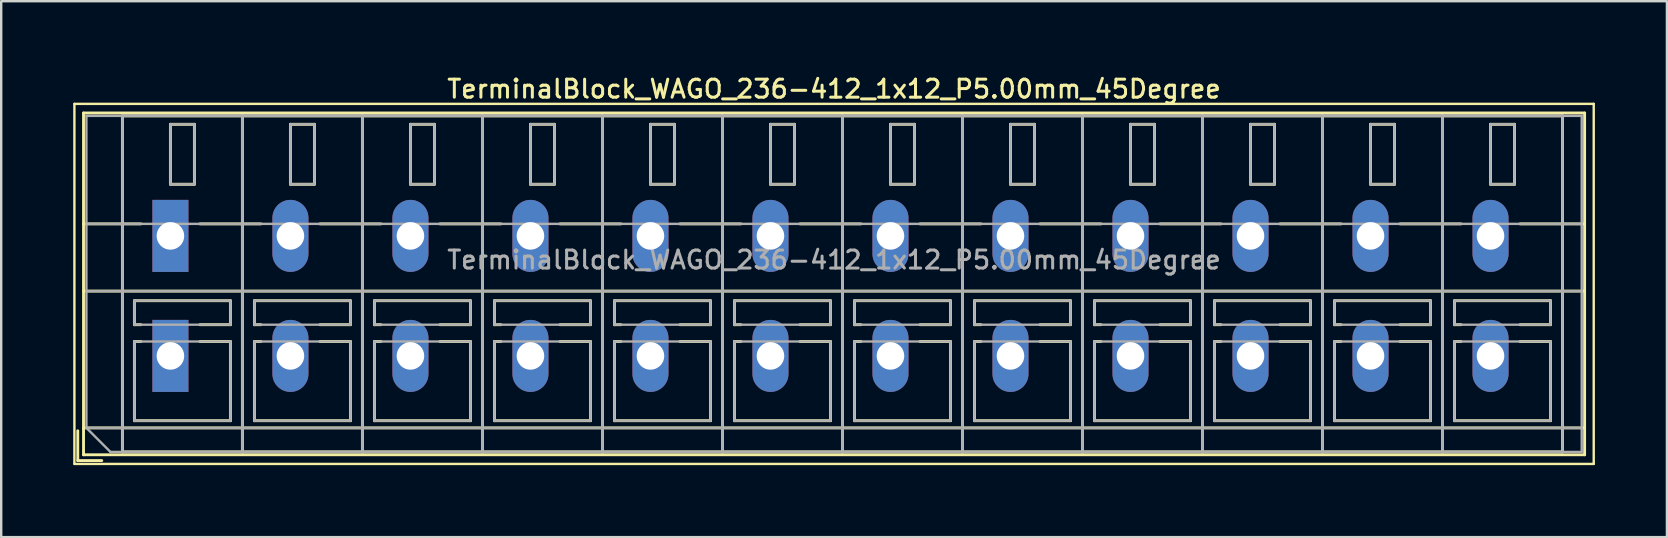
<source format=kicad_pcb>
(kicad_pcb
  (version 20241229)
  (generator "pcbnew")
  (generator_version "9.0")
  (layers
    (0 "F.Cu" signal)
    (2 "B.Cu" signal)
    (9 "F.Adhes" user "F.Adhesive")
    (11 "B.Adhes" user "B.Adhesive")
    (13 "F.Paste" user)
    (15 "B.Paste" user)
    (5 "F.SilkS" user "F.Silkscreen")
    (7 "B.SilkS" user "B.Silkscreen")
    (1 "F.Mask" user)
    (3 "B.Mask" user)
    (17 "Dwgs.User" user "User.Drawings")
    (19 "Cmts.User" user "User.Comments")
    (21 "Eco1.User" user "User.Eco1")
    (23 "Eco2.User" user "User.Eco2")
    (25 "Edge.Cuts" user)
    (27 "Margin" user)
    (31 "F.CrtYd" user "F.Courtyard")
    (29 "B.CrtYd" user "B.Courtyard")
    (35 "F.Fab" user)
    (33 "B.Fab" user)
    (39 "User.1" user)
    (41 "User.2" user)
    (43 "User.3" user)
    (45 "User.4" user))
  (footprint "TerminalBlock_WAGO_236-412_1x12_P5.00mm_45Degree"
    (layer "F.Cu")
    (at 4.05 6.778)
    (property "Reference" "TerminalBlock_WAGO_236-412_1x12_P5.00mm_45Degree" (at 27.65 -6.12 0) (layer "F.SilkS") (effects (font (size 0.75 0.75) (thickness 0.125))))
    (attr through_hole)
    (fp_line (start -4 -5.5) (end -4 9.5) (stroke (width 0.1) (type solid)) (layer "F.SilkS"))
    (fp_line (start -4 9.5) (end 59.3 9.5) (stroke (width 0.1) (type solid)) (layer "F.SilkS"))
    (fp_line (start -3.86 8.12) (end -3.86 9.36) (stroke (width 0.12) (type solid)) (layer "F.SilkS"))
    (fp_line (start -3.86 9.36) (end -2.86 9.36) (stroke (width 0.12) (type solid)) (layer "F.SilkS"))
    (fp_line (start -3.62 -5.12) (end -3.62 9.12) (stroke (width 0.12) (type solid)) (layer "F.SilkS"))
    (fp_line (start -3.62 -5.12) (end 58.92 -5.12) (stroke (width 0.12) (type solid)) (layer "F.SilkS"))
    (fp_line (start -3.62 -0.5) (end -1.23 -0.5) (stroke (width 0.12) (type solid)) (layer "F.SilkS"))
    (fp_line (start -3.62 2.3) (end 58.92 2.3) (stroke (width 0.12) (type solid)) (layer "F.SilkS"))
    (fp_line (start -3.62 8) (end 58.92 8) (stroke (width 0.12) (type solid)) (layer "F.SilkS"))
    (fp_line (start -3.62 9.12) (end 58.92 9.12) (stroke (width 0.12) (type solid)) (layer "F.SilkS"))
    (fp_line (start -2 -5) (end -2 9) (stroke (width 0.12) (type solid)) (layer "F.SilkS"))
    (fp_line (start -2 -5) (end 3 -5) (stroke (width 0.12) (type solid)) (layer "F.SilkS"))
    (fp_line (start -2 9) (end 3 9) (stroke (width 0.12) (type solid)) (layer "F.SilkS"))
    (fp_line (start -1.5 2.7) (end -1.5 3.7) (stroke (width 0.12) (type solid)) (layer "F.SilkS"))
    (fp_line (start -1.5 2.7) (end 2.5 2.7) (stroke (width 0.12) (type solid)) (layer "F.SilkS"))
    (fp_line (start -1.5 3.7) (end -1.23 3.7) (stroke (width 0.12) (type solid)) (layer "F.SilkS"))
    (fp_line (start -1.5 4.4) (end -1.5 7.7) (stroke (width 0.12) (type solid)) (layer "F.SilkS"))
    (fp_line (start -1.5 4.4) (end -1.23 4.4) (stroke (width 0.12) (type solid)) (layer "F.SilkS"))
    (fp_line (start -1.5 7.7) (end 2.5 7.7) (stroke (width 0.12) (type solid)) (layer "F.SilkS"))
    (fp_line (start 0 -4.65) (end 0 -2.151) (stroke (width 0.12) (type solid)) (layer "F.SilkS"))
    (fp_line (start 0 -4.65) (end 1 -4.65) (stroke (width 0.12) (type solid)) (layer "F.SilkS"))
    (fp_line (start 0 -2.151) (end 1 -2.151) (stroke (width 0.12) (type solid)) (layer "F.SilkS"))
    (fp_line (start 1 -4.65) (end 1 -2.151) (stroke (width 0.12) (type solid)) (layer "F.SilkS"))
    (fp_line (start 1.23 -0.5) (end 3.77 -0.5) (stroke (width 0.12) (type solid)) (layer "F.SilkS"))
    (fp_line (start 1.23 3.7) (end 2.5 3.7) (stroke (width 0.12) (type solid)) (layer "F.SilkS"))
    (fp_line (start 1.23 4.4) (end 2.5 4.4) (stroke (width 0.12) (type solid)) (layer "F.SilkS"))
    (fp_line (start 2.5 2.7) (end 2.5 3.7) (stroke (width 0.12) (type solid)) (layer "F.SilkS"))
    (fp_line (start 2.5 4.4) (end 2.5 7.7) (stroke (width 0.12) (type solid)) (layer "F.SilkS"))
    (fp_line (start 3 -5) (end 3 9) (stroke (width 0.12) (type solid)) (layer "F.SilkS"))
    (fp_line (start 3 -5) (end 3 9) (stroke (width 0.12) (type solid)) (layer "F.SilkS"))
    (fp_line (start 3 -5) (end 8 -5) (stroke (width 0.12) (type solid)) (layer "F.SilkS"))
    (fp_line (start 3 9) (end 8 9) (stroke (width 0.12) (type solid)) (layer "F.SilkS"))
    (fp_line (start 3.5 2.7) (end 3.5 3.7) (stroke (width 0.12) (type solid)) (layer "F.SilkS"))
    (fp_line (start 3.5 2.7) (end 7.5 2.7) (stroke (width 0.12) (type solid)) (layer "F.SilkS"))
    (fp_line (start 3.5 3.7) (end 3.77 3.7) (stroke (width 0.12) (type solid)) (layer "F.SilkS"))
    (fp_line (start 3.5 4.4) (end 3.5 7.7) (stroke (width 0.12) (type solid)) (layer "F.SilkS"))
    (fp_line (start 3.5 4.4) (end 3.77 4.4) (stroke (width 0.12) (type solid)) (layer "F.SilkS"))
    (fp_line (start 3.5 7.7) (end 7.5 7.7) (stroke (width 0.12) (type solid)) (layer "F.SilkS"))
    (fp_line (start 5 -4.65) (end 5 -2.151) (stroke (width 0.12) (type solid)) (layer "F.SilkS"))
    (fp_line (start 5 -4.65) (end 6 -4.65) (stroke (width 0.12) (type solid)) (layer "F.SilkS"))
    (fp_line (start 5 -2.151) (end 6 -2.151) (stroke (width 0.12) (type solid)) (layer "F.SilkS"))
    (fp_line (start 6 -4.65) (end 6 -2.151) (stroke (width 0.12) (type solid)) (layer "F.SilkS"))
    (fp_line (start 6.23 -0.5) (end 8.77 -0.5) (stroke (width 0.12) (type solid)) (layer "F.SilkS"))
    (fp_line (start 6.23 3.7) (end 7.5 3.7) (stroke (width 0.12) (type solid)) (layer "F.SilkS"))
    (fp_line (start 6.23 4.4) (end 7.5 4.4) (stroke (width 0.12) (type solid)) (layer "F.SilkS"))
    (fp_line (start 7.5 2.7) (end 7.5 3.7) (stroke (width 0.12) (type solid)) (layer "F.SilkS"))
    (fp_line (start 7.5 4.4) (end 7.5 7.7) (stroke (width 0.12) (type solid)) (layer "F.SilkS"))
    (fp_line (start 8 -5) (end 8 9) (stroke (width 0.12) (type solid)) (layer "F.SilkS"))
    (fp_line (start 8 -5) (end 8 9) (stroke (width 0.12) (type solid)) (layer "F.SilkS"))
    (fp_line (start 8 -5) (end 13 -5) (stroke (width 0.12) (type solid)) (layer "F.SilkS"))
    (fp_line (start 8 9) (end 13 9) (stroke (width 0.12) (type solid)) (layer "F.SilkS"))
    (fp_line (start 8.5 2.7) (end 8.5 3.7) (stroke (width 0.12) (type solid)) (layer "F.SilkS"))
    (fp_line (start 8.5 2.7) (end 12.5 2.7) (stroke (width 0.12) (type solid)) (layer "F.SilkS"))
    (fp_line (start 8.5 3.7) (end 8.77 3.7) (stroke (width 0.12) (type solid)) (layer "F.SilkS"))
    (fp_line (start 8.5 4.4) (end 8.5 7.7) (stroke (width 0.12) (type solid)) (layer "F.SilkS"))
    (fp_line (start 8.5 4.4) (end 8.77 4.4) (stroke (width 0.12) (type solid)) (layer "F.SilkS"))
    (fp_line (start 8.5 7.7) (end 12.5 7.7) (stroke (width 0.12) (type solid)) (layer "F.SilkS"))
    (fp_line (start 10 -4.65) (end 10 -2.151) (stroke (width 0.12) (type solid)) (layer "F.SilkS"))
    (fp_line (start 10 -4.65) (end 11 -4.65) (stroke (width 0.12) (type solid)) (layer "F.SilkS"))
    (fp_line (start 10 -2.151) (end 11 -2.151) (stroke (width 0.12) (type solid)) (layer "F.SilkS"))
    (fp_line (start 11 -4.65) (end 11 -2.151) (stroke (width 0.12) (type solid)) (layer "F.SilkS"))
    (fp_line (start 11.23 -0.5) (end 13.77 -0.5) (stroke (width 0.12) (type solid)) (layer "F.SilkS"))
    (fp_line (start 11.23 3.7) (end 12.5 3.7) (stroke (width 0.12) (type solid)) (layer "F.SilkS"))
    (fp_line (start 11.23 4.4) (end 12.5 4.4) (stroke (width 0.12) (type solid)) (layer "F.SilkS"))
    (fp_line (start 12.5 2.7) (end 12.5 3.7) (stroke (width 0.12) (type solid)) (layer "F.SilkS"))
    (fp_line (start 12.5 4.4) (end 12.5 7.7) (stroke (width 0.12) (type solid)) (layer "F.SilkS"))
    (fp_line (start 13 -5) (end 13 9) (stroke (width 0.12) (type solid)) (layer "F.SilkS"))
    (fp_line (start 13 -5) (end 13 9) (stroke (width 0.12) (type solid)) (layer "F.SilkS"))
    (fp_line (start 13 -5) (end 18 -5) (stroke (width 0.12) (type solid)) (layer "F.SilkS"))
    (fp_line (start 13 9) (end 18 9) (stroke (width 0.12) (type solid)) (layer "F.SilkS"))
    (fp_line (start 13.5 2.7) (end 13.5 3.7) (stroke (width 0.12) (type solid)) (layer "F.SilkS"))
    (fp_line (start 13.5 2.7) (end 17.5 2.7) (stroke (width 0.12) (type solid)) (layer "F.SilkS"))
    (fp_line (start 13.5 3.7) (end 13.77 3.7) (stroke (width 0.12) (type solid)) (layer "F.SilkS"))
    (fp_line (start 13.5 4.4) (end 13.5 7.7) (stroke (width 0.12) (type solid)) (layer "F.SilkS"))
    (fp_line (start 13.5 4.4) (end 13.77 4.4) (stroke (width 0.12) (type solid)) (layer "F.SilkS"))
    (fp_line (start 13.5 7.7) (end 17.5 7.7) (stroke (width 0.12) (type solid)) (layer "F.SilkS"))
    (fp_line (start 15 -4.65) (end 15 -2.151) (stroke (width 0.12) (type solid)) (layer "F.SilkS"))
    (fp_line (start 15 -4.65) (end 16 -4.65) (stroke (width 0.12) (type solid)) (layer "F.SilkS"))
    (fp_line (start 15 -2.151) (end 16 -2.151) (stroke (width 0.12) (type solid)) (layer "F.SilkS"))
    (fp_line (start 16 -4.65) (end 16 -2.151) (stroke (width 0.12) (type solid)) (layer "F.SilkS"))
    (fp_line (start 16.23 -0.5) (end 18.77 -0.5) (stroke (width 0.12) (type solid)) (layer "F.SilkS"))
    (fp_line (start 16.23 3.7) (end 17.5 3.7) (stroke (width 0.12) (type solid)) (layer "F.SilkS"))
    (fp_line (start 16.23 4.4) (end 17.5 4.4) (stroke (width 0.12) (type solid)) (layer "F.SilkS"))
    (fp_line (start 17.5 2.7) (end 17.5 3.7) (stroke (width 0.12) (type solid)) (layer "F.SilkS"))
    (fp_line (start 17.5 4.4) (end 17.5 7.7) (stroke (width 0.12) (type solid)) (layer "F.SilkS"))
    (fp_line (start 18 -5) (end 18 9) (stroke (width 0.12) (type solid)) (layer "F.SilkS"))
    (fp_line (start 18 -5) (end 18 9) (stroke (width 0.12) (type solid)) (layer "F.SilkS"))
    (fp_line (start 18 -5) (end 23 -5) (stroke (width 0.12) (type solid)) (layer "F.SilkS"))
    (fp_line (start 18 9) (end 23 9) (stroke (width 0.12) (type solid)) (layer "F.SilkS"))
    (fp_line (start 18.5 2.7) (end 18.5 3.7) (stroke (width 0.12) (type solid)) (layer "F.SilkS"))
    (fp_line (start 18.5 2.7) (end 22.5 2.7) (stroke (width 0.12) (type solid)) (layer "F.SilkS"))
    (fp_line (start 18.5 3.7) (end 18.77 3.7) (stroke (width 0.12) (type solid)) (layer "F.SilkS"))
    (fp_line (start 18.5 4.4) (end 18.5 7.7) (stroke (width 0.12) (type solid)) (layer "F.SilkS"))
    (fp_line (start 18.5 4.4) (end 18.77 4.4) (stroke (width 0.12) (type solid)) (layer "F.SilkS"))
    (fp_line (start 18.5 7.7) (end 22.5 7.7) (stroke (width 0.12) (type solid)) (layer "F.SilkS"))
    (fp_line (start 20 -4.65) (end 20 -2.151) (stroke (width 0.12) (type solid)) (layer "F.SilkS"))
    (fp_line (start 20 -4.65) (end 21 -4.65) (stroke (width 0.12) (type solid)) (layer "F.SilkS"))
    (fp_line (start 20 -2.151) (end 21 -2.151) (stroke (width 0.12) (type solid)) (layer "F.SilkS"))
    (fp_line (start 21 -4.65) (end 21 -2.151) (stroke (width 0.12) (type solid)) (layer "F.SilkS"))
    (fp_line (start 21.23 -0.5) (end 23.77 -0.5) (stroke (width 0.12) (type solid)) (layer "F.SilkS"))
    (fp_line (start 21.23 3.7) (end 22.5 3.7) (stroke (width 0.12) (type solid)) (layer "F.SilkS"))
    (fp_line (start 21.23 4.4) (end 22.5 4.4) (stroke (width 0.12) (type solid)) (layer "F.SilkS"))
    (fp_line (start 22.5 2.7) (end 22.5 3.7) (stroke (width 0.12) (type solid)) (layer "F.SilkS"))
    (fp_line (start 22.5 4.4) (end 22.5 7.7) (stroke (width 0.12) (type solid)) (layer "F.SilkS"))
    (fp_line (start 23 -5) (end 23 9) (stroke (width 0.12) (type solid)) (layer "F.SilkS"))
    (fp_line (start 23 -5) (end 23 9) (stroke (width 0.12) (type solid)) (layer "F.SilkS"))
    (fp_line (start 23 -5) (end 28 -5) (stroke (width 0.12) (type solid)) (layer "F.SilkS"))
    (fp_line (start 23 9) (end 28 9) (stroke (width 0.12) (type solid)) (layer "F.SilkS"))
    (fp_line (start 23.5 2.7) (end 23.5 3.7) (stroke (width 0.12) (type solid)) (layer "F.SilkS"))
    (fp_line (start 23.5 2.7) (end 27.5 2.7) (stroke (width 0.12) (type solid)) (layer "F.SilkS"))
    (fp_line (start 23.5 3.7) (end 23.77 3.7) (stroke (width 0.12) (type solid)) (layer "F.SilkS"))
    (fp_line (start 23.5 4.4) (end 23.5 7.7) (stroke (width 0.12) (type solid)) (layer "F.SilkS"))
    (fp_line (start 23.5 4.4) (end 23.77 4.4) (stroke (width 0.12) (type solid)) (layer "F.SilkS"))
    (fp_line (start 23.5 7.7) (end 27.5 7.7) (stroke (width 0.12) (type solid)) (layer "F.SilkS"))
    (fp_line (start 25 -4.65) (end 25 -2.151) (stroke (width 0.12) (type solid)) (layer "F.SilkS"))
    (fp_line (start 25 -4.65) (end 26 -4.65) (stroke (width 0.12) (type solid)) (layer "F.SilkS"))
    (fp_line (start 25 -2.151) (end 26 -2.151) (stroke (width 0.12) (type solid)) (layer "F.SilkS"))
    (fp_line (start 26 -4.65) (end 26 -2.151) (stroke (width 0.12) (type solid)) (layer "F.SilkS"))
    (fp_line (start 26.23 -0.5) (end 28.77 -0.5) (stroke (width 0.12) (type solid)) (layer "F.SilkS"))
    (fp_line (start 26.23 3.7) (end 27.5 3.7) (stroke (width 0.12) (type solid)) (layer "F.SilkS"))
    (fp_line (start 26.23 4.4) (end 27.5 4.4) (stroke (width 0.12) (type solid)) (layer "F.SilkS"))
    (fp_line (start 27.5 2.7) (end 27.5 3.7) (stroke (width 0.12) (type solid)) (layer "F.SilkS"))
    (fp_line (start 27.5 4.4) (end 27.5 7.7) (stroke (width 0.12) (type solid)) (layer "F.SilkS"))
    (fp_line (start 28 -5) (end 28 9) (stroke (width 0.12) (type solid)) (layer "F.SilkS"))
    (fp_line (start 28 -5) (end 28 9) (stroke (width 0.12) (type solid)) (layer "F.SilkS"))
    (fp_line (start 28 -5) (end 33 -5) (stroke (width 0.12) (type solid)) (layer "F.SilkS"))
    (fp_line (start 28 9) (end 33 9) (stroke (width 0.12) (type solid)) (layer "F.SilkS"))
    (fp_line (start 28.5 2.7) (end 28.5 3.7) (stroke (width 0.12) (type solid)) (layer "F.SilkS"))
    (fp_line (start 28.5 2.7) (end 32.5 2.7) (stroke (width 0.12) (type solid)) (layer "F.SilkS"))
    (fp_line (start 28.5 3.7) (end 28.77 3.7) (stroke (width 0.12) (type solid)) (layer "F.SilkS"))
    (fp_line (start 28.5 4.4) (end 28.5 7.7) (stroke (width 0.12) (type solid)) (layer "F.SilkS"))
    (fp_line (start 28.5 4.4) (end 28.77 4.4) (stroke (width 0.12) (type solid)) (layer "F.SilkS"))
    (fp_line (start 28.5 7.7) (end 32.5 7.7) (stroke (width 0.12) (type solid)) (layer "F.SilkS"))
    (fp_line (start 30 -4.65) (end 30 -2.151) (stroke (width 0.12) (type solid)) (layer "F.SilkS"))
    (fp_line (start 30 -4.65) (end 31 -4.65) (stroke (width 0.12) (type solid)) (layer "F.SilkS"))
    (fp_line (start 30 -2.151) (end 31 -2.151) (stroke (width 0.12) (type solid)) (layer "F.SilkS"))
    (fp_line (start 31 -4.65) (end 31 -2.151) (stroke (width 0.12) (type solid)) (layer "F.SilkS"))
    (fp_line (start 31.23 -0.5) (end 33.77 -0.5) (stroke (width 0.12) (type solid)) (layer "F.SilkS"))
    (fp_line (start 31.23 3.7) (end 32.5 3.7) (stroke (width 0.12) (type solid)) (layer "F.SilkS"))
    (fp_line (start 31.23 4.4) (end 32.5 4.4) (stroke (width 0.12) (type solid)) (layer "F.SilkS"))
    (fp_line (start 32.5 2.7) (end 32.5 3.7) (stroke (width 0.12) (type solid)) (layer "F.SilkS"))
    (fp_line (start 32.5 4.4) (end 32.5 7.7) (stroke (width 0.12) (type solid)) (layer "F.SilkS"))
    (fp_line (start 33 -5) (end 33 9) (stroke (width 0.12) (type solid)) (layer "F.SilkS"))
    (fp_line (start 33 -5) (end 33 9) (stroke (width 0.12) (type solid)) (layer "F.SilkS"))
    (fp_line (start 33 -5) (end 38 -5) (stroke (width 0.12) (type solid)) (layer "F.SilkS"))
    (fp_line (start 33 9) (end 38 9) (stroke (width 0.12) (type solid)) (layer "F.SilkS"))
    (fp_line (start 33.5 2.7) (end 33.5 3.7) (stroke (width 0.12) (type solid)) (layer "F.SilkS"))
    (fp_line (start 33.5 2.7) (end 37.5 2.7) (stroke (width 0.12) (type solid)) (layer "F.SilkS"))
    (fp_line (start 33.5 3.7) (end 33.77 3.7) (stroke (width 0.12) (type solid)) (layer "F.SilkS"))
    (fp_line (start 33.5 4.4) (end 33.5 7.7) (stroke (width 0.12) (type solid)) (layer "F.SilkS"))
    (fp_line (start 33.5 4.4) (end 33.77 4.4) (stroke (width 0.12) (type solid)) (layer "F.SilkS"))
    (fp_line (start 33.5 7.7) (end 37.5 7.7) (stroke (width 0.12) (type solid)) (layer "F.SilkS"))
    (fp_line (start 35 -4.65) (end 35 -2.151) (stroke (width 0.12) (type solid)) (layer "F.SilkS"))
    (fp_line (start 35 -4.65) (end 36 -4.65) (stroke (width 0.12) (type solid)) (layer "F.SilkS"))
    (fp_line (start 35 -2.151) (end 36 -2.151) (stroke (width 0.12) (type solid)) (layer "F.SilkS"))
    (fp_line (start 36 -4.65) (end 36 -2.151) (stroke (width 0.12) (type solid)) (layer "F.SilkS"))
    (fp_line (start 36.23 -0.5) (end 38.77 -0.5) (stroke (width 0.12) (type solid)) (layer "F.SilkS"))
    (fp_line (start 36.23 3.7) (end 37.5 3.7) (stroke (width 0.12) (type solid)) (layer "F.SilkS"))
    (fp_line (start 36.23 4.4) (end 37.5 4.4) (stroke (width 0.12) (type solid)) (layer "F.SilkS"))
    (fp_line (start 37.5 2.7) (end 37.5 3.7) (stroke (width 0.12) (type solid)) (layer "F.SilkS"))
    (fp_line (start 37.5 4.4) (end 37.5 7.7) (stroke (width 0.12) (type solid)) (layer "F.SilkS"))
    (fp_line (start 38 -5) (end 38 9) (stroke (width 0.12) (type solid)) (layer "F.SilkS"))
    (fp_line (start 38 -5) (end 38 9) (stroke (width 0.12) (type solid)) (layer "F.SilkS"))
    (fp_line (start 38 -5) (end 43 -5) (stroke (width 0.12) (type solid)) (layer "F.SilkS"))
    (fp_line (start 38 9) (end 43 9) (stroke (width 0.12) (type solid)) (layer "F.SilkS"))
    (fp_line (start 38.5 2.7) (end 38.5 3.7) (stroke (width 0.12) (type solid)) (layer "F.SilkS"))
    (fp_line (start 38.5 2.7) (end 42.5 2.7) (stroke (width 0.12) (type solid)) (layer "F.SilkS"))
    (fp_line (start 38.5 3.7) (end 38.77 3.7) (stroke (width 0.12) (type solid)) (layer "F.SilkS"))
    (fp_line (start 38.5 4.4) (end 38.5 7.7) (stroke (width 0.12) (type solid)) (layer "F.SilkS"))
    (fp_line (start 38.5 4.4) (end 38.77 4.4) (stroke (width 0.12) (type solid)) (layer "F.SilkS"))
    (fp_line (start 38.5 7.7) (end 42.5 7.7) (stroke (width 0.12) (type solid)) (layer "F.SilkS"))
    (fp_line (start 40 -4.65) (end 40 -2.151) (stroke (width 0.12) (type solid)) (layer "F.SilkS"))
    (fp_line (start 40 -4.65) (end 41 -4.65) (stroke (width 0.12) (type solid)) (layer "F.SilkS"))
    (fp_line (start 40 -2.151) (end 41 -2.151) (stroke (width 0.12) (type solid)) (layer "F.SilkS"))
    (fp_line (start 41 -4.65) (end 41 -2.151) (stroke (width 0.12) (type solid)) (layer "F.SilkS"))
    (fp_line (start 41.23 -0.5) (end 43.77 -0.5) (stroke (width 0.12) (type solid)) (layer "F.SilkS"))
    (fp_line (start 41.23 3.7) (end 42.5 3.7) (stroke (width 0.12) (type solid)) (layer "F.SilkS"))
    (fp_line (start 41.23 4.4) (end 42.5 4.4) (stroke (width 0.12) (type solid)) (layer "F.SilkS"))
    (fp_line (start 42.5 2.7) (end 42.5 3.7) (stroke (width 0.12) (type solid)) (layer "F.SilkS"))
    (fp_line (start 42.5 4.4) (end 42.5 7.7) (stroke (width 0.12) (type solid)) (layer "F.SilkS"))
    (fp_line (start 43 -5) (end 43 9) (stroke (width 0.12) (type solid)) (layer "F.SilkS"))
    (fp_line (start 43 -5) (end 43 9) (stroke (width 0.12) (type solid)) (layer "F.SilkS"))
    (fp_line (start 43 -5) (end 48 -5) (stroke (width 0.12) (type solid)) (layer "F.SilkS"))
    (fp_line (start 43 9) (end 48 9) (stroke (width 0.12) (type solid)) (layer "F.SilkS"))
    (fp_line (start 43.5 2.7) (end 43.5 3.7) (stroke (width 0.12) (type solid)) (layer "F.SilkS"))
    (fp_line (start 43.5 2.7) (end 47.5 2.7) (stroke (width 0.12) (type solid)) (layer "F.SilkS"))
    (fp_line (start 43.5 3.7) (end 43.77 3.7) (stroke (width 0.12) (type solid)) (layer "F.SilkS"))
    (fp_line (start 43.5 4.4) (end 43.5 7.7) (stroke (width 0.12) (type solid)) (layer "F.SilkS"))
    (fp_line (start 43.5 4.4) (end 43.77 4.4) (stroke (width 0.12) (type solid)) (layer "F.SilkS"))
    (fp_line (start 43.5 7.7) (end 47.5 7.7) (stroke (width 0.12) (type solid)) (layer "F.SilkS"))
    (fp_line (start 45 -4.65) (end 45 -2.151) (stroke (width 0.12) (type solid)) (layer "F.SilkS"))
    (fp_line (start 45 -4.65) (end 46 -4.65) (stroke (width 0.12) (type solid)) (layer "F.SilkS"))
    (fp_line (start 45 -2.151) (end 46 -2.151) (stroke (width 0.12) (type solid)) (layer "F.SilkS"))
    (fp_line (start 46 -4.65) (end 46 -2.151) (stroke (width 0.12) (type solid)) (layer "F.SilkS"))
    (fp_line (start 46.23 -0.5) (end 48.77 -0.5) (stroke (width 0.12) (type solid)) (layer "F.SilkS"))
    (fp_line (start 46.23 3.7) (end 47.5 3.7) (stroke (width 0.12) (type solid)) (layer "F.SilkS"))
    (fp_line (start 46.23 4.4) (end 47.5 4.4) (stroke (width 0.12) (type solid)) (layer "F.SilkS"))
    (fp_line (start 47.5 2.7) (end 47.5 3.7) (stroke (width 0.12) (type solid)) (layer "F.SilkS"))
    (fp_line (start 47.5 4.4) (end 47.5 7.7) (stroke (width 0.12) (type solid)) (layer "F.SilkS"))
    (fp_line (start 48 -5) (end 48 9) (stroke (width 0.12) (type solid)) (layer "F.SilkS"))
    (fp_line (start 48 -5) (end 48 9) (stroke (width 0.12) (type solid)) (layer "F.SilkS"))
    (fp_line (start 48 -5) (end 53 -5) (stroke (width 0.12) (type solid)) (layer "F.SilkS"))
    (fp_line (start 48 9) (end 53 9) (stroke (width 0.12) (type solid)) (layer "F.SilkS"))
    (fp_line (start 48.5 2.7) (end 48.5 3.7) (stroke (width 0.12) (type solid)) (layer "F.SilkS"))
    (fp_line (start 48.5 2.7) (end 52.5 2.7) (stroke (width 0.12) (type solid)) (layer "F.SilkS"))
    (fp_line (start 48.5 3.7) (end 48.77 3.7) (stroke (width 0.12) (type solid)) (layer "F.SilkS"))
    (fp_line (start 48.5 4.4) (end 48.5 7.7) (stroke (width 0.12) (type solid)) (layer "F.SilkS"))
    (fp_line (start 48.5 4.4) (end 48.77 4.4) (stroke (width 0.12) (type solid)) (layer "F.SilkS"))
    (fp_line (start 48.5 7.7) (end 52.5 7.7) (stroke (width 0.12) (type solid)) (layer "F.SilkS"))
    (fp_line (start 50 -4.65) (end 50 -2.151) (stroke (width 0.12) (type solid)) (layer "F.SilkS"))
    (fp_line (start 50 -4.65) (end 51 -4.65) (stroke (width 0.12) (type solid)) (layer "F.SilkS"))
    (fp_line (start 50 -2.151) (end 51 -2.151) (stroke (width 0.12) (type solid)) (layer "F.SilkS"))
    (fp_line (start 51 -4.65) (end 51 -2.151) (stroke (width 0.12) (type solid)) (layer "F.SilkS"))
    (fp_line (start 51.23 -0.5) (end 53.77 -0.5) (stroke (width 0.12) (type solid)) (layer "F.SilkS"))
    (fp_line (start 51.23 3.7) (end 52.5 3.7) (stroke (width 0.12) (type solid)) (layer "F.SilkS"))
    (fp_line (start 51.23 4.4) (end 52.5 4.4) (stroke (width 0.12) (type solid)) (layer "F.SilkS"))
    (fp_line (start 52.5 2.7) (end 52.5 3.7) (stroke (width 0.12) (type solid)) (layer "F.SilkS"))
    (fp_line (start 52.5 4.4) (end 52.5 7.7) (stroke (width 0.12) (type solid)) (layer "F.SilkS"))
    (fp_line (start 53 -5) (end 53 9) (stroke (width 0.12) (type solid)) (layer "F.SilkS"))
    (fp_line (start 53 -5) (end 53 9) (stroke (width 0.12) (type solid)) (layer "F.SilkS"))
    (fp_line (start 53 -5) (end 58 -5) (stroke (width 0.12) (type solid)) (layer "F.SilkS"))
    (fp_line (start 53 9) (end 58 9) (stroke (width 0.12) (type solid)) (layer "F.SilkS"))
    (fp_line (start 53.5 2.7) (end 53.5 3.7) (stroke (width 0.12) (type solid)) (layer "F.SilkS"))
    (fp_line (start 53.5 2.7) (end 57.5 2.7) (stroke (width 0.12) (type solid)) (layer "F.SilkS"))
    (fp_line (start 53.5 3.7) (end 53.77 3.7) (stroke (width 0.12) (type solid)) (layer "F.SilkS"))
    (fp_line (start 53.5 4.4) (end 53.5 7.7) (stroke (width 0.12) (type solid)) (layer "F.SilkS"))
    (fp_line (start 53.5 4.4) (end 53.77 4.4) (stroke (width 0.12) (type solid)) (layer "F.SilkS"))
    (fp_line (start 53.5 7.7) (end 57.5 7.7) (stroke (width 0.12) (type solid)) (layer "F.SilkS"))
    (fp_line (start 55 -4.65) (end 55 -2.151) (stroke (width 0.12) (type solid)) (layer "F.SilkS"))
    (fp_line (start 55 -4.65) (end 56 -4.65) (stroke (width 0.12) (type solid)) (layer "F.SilkS"))
    (fp_line (start 55 -2.151) (end 56 -2.151) (stroke (width 0.12) (type solid)) (layer "F.SilkS"))
    (fp_line (start 56 -4.65) (end 56 -2.151) (stroke (width 0.12) (type solid)) (layer "F.SilkS"))
    (fp_line (start 56.23 -0.5) (end 58.92 -0.5) (stroke (width 0.12) (type solid)) (layer "F.SilkS"))
    (fp_line (start 56.23 3.7) (end 57.5 3.7) (stroke (width 0.12) (type solid)) (layer "F.SilkS"))
    (fp_line (start 56.23 4.4) (end 57.5 4.4) (stroke (width 0.12) (type solid)) (layer "F.SilkS"))
    (fp_line (start 57.5 2.7) (end 57.5 3.7) (stroke (width 0.12) (type solid)) (layer "F.SilkS"))
    (fp_line (start 57.5 4.4) (end 57.5 7.7) (stroke (width 0.12) (type solid)) (layer "F.SilkS"))
    (fp_line (start 58 -5) (end 58 9) (stroke (width 0.12) (type solid)) (layer "F.SilkS"))
    (fp_line (start 58.92 -5.12) (end 58.92 9.12) (stroke (width 0.12) (type solid)) (layer "F.SilkS"))
    (fp_line (start 59.3 -5.5) (end -4 -5.5) (stroke (width 0.1) (type solid)) (layer "F.SilkS"))
    (fp_line (start 59.3 9.5) (end 59.3 -5.5) (stroke (width 0.1) (type solid)) (layer "F.SilkS"))
    (fp_line (start -3.5 -5) (end 58.8 -5) (stroke (width 0.1) (type solid)) (layer "F.Fab"))
    (fp_line (start -3.5 -0.5) (end 58.8 -0.5) (stroke (width 0.1) (type solid)) (layer "F.Fab"))
    (fp_line (start -3.5 2.3) (end 58.8 2.3) (stroke (width 0.1) (type solid)) (layer "F.Fab"))
    (fp_line (start -3.5 8) (end -3.5 -5) (stroke (width 0.1) (type solid)) (layer "F.Fab"))
    (fp_line (start -3.5 8) (end 58.8 8) (stroke (width 0.1) (type solid)) (layer "F.Fab"))
    (fp_line (start -2.5 9) (end -3.5 8) (stroke (width 0.1) (type solid)) (layer "F.Fab"))
    (fp_line (start -2 -5) (end -2 9) (stroke (width 0.1) (type solid)) (layer "F.Fab"))
    (fp_line (start -2 9) (end 3 9) (stroke (width 0.1) (type solid)) (layer "F.Fab"))
    (fp_line (start -1.5 2.7) (end -1.5 3.7) (stroke (width 0.1) (type solid)) (layer "F.Fab"))
    (fp_line (start -1.5 3.7) (end 2.5 3.7) (stroke (width 0.1) (type solid)) (layer "F.Fab"))
    (fp_line (start -1.5 4.4) (end -1.5 7.7) (stroke (width 0.1) (type solid)) (layer "F.Fab"))
    (fp_line (start -1.5 7.7) (end 2.5 7.7) (stroke (width 0.1) (type solid)) (layer "F.Fab"))
    (fp_line (start 0 -4.65) (end 0 -2.15) (stroke (width 0.1) (type solid)) (layer "F.Fab"))
    (fp_line (start 0 -2.15) (end 1 -2.15) (stroke (width 0.1) (type solid)) (layer "F.Fab"))
    (fp_line (start 1 -4.65) (end 0 -4.65) (stroke (width 0.1) (type solid)) (layer "F.Fab"))
    (fp_line (start 1 -2.15) (end 1 -4.65) (stroke (width 0.1) (type solid)) (layer "F.Fab"))
    (fp_line (start 2.5 2.7) (end -1.5 2.7) (stroke (width 0.1) (type solid)) (layer "F.Fab"))
    (fp_line (start 2.5 3.7) (end 2.5 2.7) (stroke (width 0.1) (type solid)) (layer "F.Fab"))
    (fp_line (start 2.5 4.4) (end -1.5 4.4) (stroke (width 0.1) (type solid)) (layer "F.Fab"))
    (fp_line (start 2.5 7.7) (end 2.5 4.4) (stroke (width 0.1) (type solid)) (layer "F.Fab"))
    (fp_line (start 3 -5) (end -2 -5) (stroke (width 0.1) (type solid)) (layer "F.Fab"))
    (fp_line (start 3 -5) (end 3 9) (stroke (width 0.1) (type solid)) (layer "F.Fab"))
    (fp_line (start 3 9) (end 3 -5) (stroke (width 0.1) (type solid)) (layer "F.Fab"))
    (fp_line (start 3 9) (end 8 9) (stroke (width 0.1) (type solid)) (layer "F.Fab"))
    (fp_line (start 3.5 2.7) (end 3.5 3.7) (stroke (width 0.1) (type solid)) (layer "F.Fab"))
    (fp_line (start 3.5 3.7) (end 7.5 3.7) (stroke (width 0.1) (type solid)) (layer "F.Fab"))
    (fp_line (start 3.5 4.4) (end 3.5 7.7) (stroke (width 0.1) (type solid)) (layer "F.Fab"))
    (fp_line (start 3.5 7.7) (end 7.5 7.7) (stroke (width 0.1) (type solid)) (layer "F.Fab"))
    (fp_line (start 5 -4.65) (end 5 -2.15) (stroke (width 0.1) (type solid)) (layer "F.Fab"))
    (fp_line (start 5 -2.15) (end 6 -2.15) (stroke (width 0.1) (type solid)) (layer "F.Fab"))
    (fp_line (start 6 -4.65) (end 5 -4.65) (stroke (width 0.1) (type solid)) (layer "F.Fab"))
    (fp_line (start 6 -2.15) (end 6 -4.65) (stroke (width 0.1) (type solid)) (layer "F.Fab"))
    (fp_line (start 7.5 2.7) (end 3.5 2.7) (stroke (width 0.1) (type solid)) (layer "F.Fab"))
    (fp_line (start 7.5 3.7) (end 7.5 2.7) (stroke (width 0.1) (type solid)) (layer "F.Fab"))
    (fp_line (start 7.5 4.4) (end 3.5 4.4) (stroke (width 0.1) (type solid)) (layer "F.Fab"))
    (fp_line (start 7.5 7.7) (end 7.5 4.4) (stroke (width 0.1) (type solid)) (layer "F.Fab"))
    (fp_line (start 8 -5) (end 3 -5) (stroke (width 0.1) (type solid)) (layer "F.Fab"))
    (fp_line (start 8 -5) (end 8 9) (stroke (width 0.1) (type solid)) (layer "F.Fab"))
    (fp_line (start 8 9) (end 8 -5) (stroke (width 0.1) (type solid)) (layer "F.Fab"))
    (fp_line (start 8 9) (end 13 9) (stroke (width 0.1) (type solid)) (layer "F.Fab"))
    (fp_line (start 8.5 2.7) (end 8.5 3.7) (stroke (width 0.1) (type solid)) (layer "F.Fab"))
    (fp_line (start 8.5 3.7) (end 12.5 3.7) (stroke (width 0.1) (type solid)) (layer "F.Fab"))
    (fp_line (start 8.5 4.4) (end 8.5 7.7) (stroke (width 0.1) (type solid)) (layer "F.Fab"))
    (fp_line (start 8.5 7.7) (end 12.5 7.7) (stroke (width 0.1) (type solid)) (layer "F.Fab"))
    (fp_line (start 10 -4.65) (end 10 -2.15) (stroke (width 0.1) (type solid)) (layer "F.Fab"))
    (fp_line (start 10 -2.15) (end 11 -2.15) (stroke (width 0.1) (type solid)) (layer "F.Fab"))
    (fp_line (start 11 -4.65) (end 10 -4.65) (stroke (width 0.1) (type solid)) (layer "F.Fab"))
    (fp_line (start 11 -2.15) (end 11 -4.65) (stroke (width 0.1) (type solid)) (layer "F.Fab"))
    (fp_line (start 12.5 2.7) (end 8.5 2.7) (stroke (width 0.1) (type solid)) (layer "F.Fab"))
    (fp_line (start 12.5 3.7) (end 12.5 2.7) (stroke (width 0.1) (type solid)) (layer "F.Fab"))
    (fp_line (start 12.5 4.4) (end 8.5 4.4) (stroke (width 0.1) (type solid)) (layer "F.Fab"))
    (fp_line (start 12.5 7.7) (end 12.5 4.4) (stroke (width 0.1) (type solid)) (layer "F.Fab"))
    (fp_line (start 13 -5) (end 8 -5) (stroke (width 0.1) (type solid)) (layer "F.Fab"))
    (fp_line (start 13 -5) (end 13 9) (stroke (width 0.1) (type solid)) (layer "F.Fab"))
    (fp_line (start 13 9) (end 13 -5) (stroke (width 0.1) (type solid)) (layer "F.Fab"))
    (fp_line (start 13 9) (end 18 9) (stroke (width 0.1) (type solid)) (layer "F.Fab"))
    (fp_line (start 13.5 2.7) (end 13.5 3.7) (stroke (width 0.1) (type solid)) (layer "F.Fab"))
    (fp_line (start 13.5 3.7) (end 17.5 3.7) (stroke (width 0.1) (type solid)) (layer "F.Fab"))
    (fp_line (start 13.5 4.4) (end 13.5 7.7) (stroke (width 0.1) (type solid)) (layer "F.Fab"))
    (fp_line (start 13.5 7.7) (end 17.5 7.7) (stroke (width 0.1) (type solid)) (layer "F.Fab"))
    (fp_line (start 15 -4.65) (end 15 -2.15) (stroke (width 0.1) (type solid)) (layer "F.Fab"))
    (fp_line (start 15 -2.15) (end 16 -2.15) (stroke (width 0.1) (type solid)) (layer "F.Fab"))
    (fp_line (start 16 -4.65) (end 15 -4.65) (stroke (width 0.1) (type solid)) (layer "F.Fab"))
    (fp_line (start 16 -2.15) (end 16 -4.65) (stroke (width 0.1) (type solid)) (layer "F.Fab"))
    (fp_line (start 17.5 2.7) (end 13.5 2.7) (stroke (width 0.1) (type solid)) (layer "F.Fab"))
    (fp_line (start 17.5 3.7) (end 17.5 2.7) (stroke (width 0.1) (type solid)) (layer "F.Fab"))
    (fp_line (start 17.5 4.4) (end 13.5 4.4) (stroke (width 0.1) (type solid)) (layer "F.Fab"))
    (fp_line (start 17.5 7.7) (end 17.5 4.4) (stroke (width 0.1) (type solid)) (layer "F.Fab"))
    (fp_line (start 18 -5) (end 13 -5) (stroke (width 0.1) (type solid)) (layer "F.Fab"))
    (fp_line (start 18 -5) (end 18 9) (stroke (width 0.1) (type solid)) (layer "F.Fab"))
    (fp_line (start 18 9) (end 18 -5) (stroke (width 0.1) (type solid)) (layer "F.Fab"))
    (fp_line (start 18 9) (end 23 9) (stroke (width 0.1) (type solid)) (layer "F.Fab"))
    (fp_line (start 18.5 2.7) (end 18.5 3.7) (stroke (width 0.1) (type solid)) (layer "F.Fab"))
    (fp_line (start 18.5 3.7) (end 22.5 3.7) (stroke (width 0.1) (type solid)) (layer "F.Fab"))
    (fp_line (start 18.5 4.4) (end 18.5 7.7) (stroke (width 0.1) (type solid)) (layer "F.Fab"))
    (fp_line (start 18.5 7.7) (end 22.5 7.7) (stroke (width 0.1) (type solid)) (layer "F.Fab"))
    (fp_line (start 20 -4.65) (end 20 -2.15) (stroke (width 0.1) (type solid)) (layer "F.Fab"))
    (fp_line (start 20 -2.15) (end 21 -2.15) (stroke (width 0.1) (type solid)) (layer "F.Fab"))
    (fp_line (start 21 -4.65) (end 20 -4.65) (stroke (width 0.1) (type solid)) (layer "F.Fab"))
    (fp_line (start 21 -2.15) (end 21 -4.65) (stroke (width 0.1) (type solid)) (layer "F.Fab"))
    (fp_line (start 22.5 2.7) (end 18.5 2.7) (stroke (width 0.1) (type solid)) (layer "F.Fab"))
    (fp_line (start 22.5 3.7) (end 22.5 2.7) (stroke (width 0.1) (type solid)) (layer "F.Fab"))
    (fp_line (start 22.5 4.4) (end 18.5 4.4) (stroke (width 0.1) (type solid)) (layer "F.Fab"))
    (fp_line (start 22.5 7.7) (end 22.5 4.4) (stroke (width 0.1) (type solid)) (layer "F.Fab"))
    (fp_line (start 23 -5) (end 18 -5) (stroke (width 0.1) (type solid)) (layer "F.Fab"))
    (fp_line (start 23 -5) (end 23 9) (stroke (width 0.1) (type solid)) (layer "F.Fab"))
    (fp_line (start 23 9) (end 23 -5) (stroke (width 0.1) (type solid)) (layer "F.Fab"))
    (fp_line (start 23 9) (end 28 9) (stroke (width 0.1) (type solid)) (layer "F.Fab"))
    (fp_line (start 23.5 2.7) (end 23.5 3.7) (stroke (width 0.1) (type solid)) (layer "F.Fab"))
    (fp_line (start 23.5 3.7) (end 27.5 3.7) (stroke (width 0.1) (type solid)) (layer "F.Fab"))
    (fp_line (start 23.5 4.4) (end 23.5 7.7) (stroke (width 0.1) (type solid)) (layer "F.Fab"))
    (fp_line (start 23.5 7.7) (end 27.5 7.7) (stroke (width 0.1) (type solid)) (layer "F.Fab"))
    (fp_line (start 25 -4.65) (end 25 -2.15) (stroke (width 0.1) (type solid)) (layer "F.Fab"))
    (fp_line (start 25 -2.15) (end 26 -2.15) (stroke (width 0.1) (type solid)) (layer "F.Fab"))
    (fp_line (start 26 -4.65) (end 25 -4.65) (stroke (width 0.1) (type solid)) (layer "F.Fab"))
    (fp_line (start 26 -2.15) (end 26 -4.65) (stroke (width 0.1) (type solid)) (layer "F.Fab"))
    (fp_line (start 27.5 2.7) (end 23.5 2.7) (stroke (width 0.1) (type solid)) (layer "F.Fab"))
    (fp_line (start 27.5 3.7) (end 27.5 2.7) (stroke (width 0.1) (type solid)) (layer "F.Fab"))
    (fp_line (start 27.5 4.4) (end 23.5 4.4) (stroke (width 0.1) (type solid)) (layer "F.Fab"))
    (fp_line (start 27.5 7.7) (end 27.5 4.4) (stroke (width 0.1) (type solid)) (layer "F.Fab"))
    (fp_line (start 28 -5) (end 23 -5) (stroke (width 0.1) (type solid)) (layer "F.Fab"))
    (fp_line (start 28 -5) (end 28 9) (stroke (width 0.1) (type solid)) (layer "F.Fab"))
    (fp_line (start 28 9) (end 28 -5) (stroke (width 0.1) (type solid)) (layer "F.Fab"))
    (fp_line (start 28 9) (end 33 9) (stroke (width 0.1) (type solid)) (layer "F.Fab"))
    (fp_line (start 28.5 2.7) (end 28.5 3.7) (stroke (width 0.1) (type solid)) (layer "F.Fab"))
    (fp_line (start 28.5 3.7) (end 32.5 3.7) (stroke (width 0.1) (type solid)) (layer "F.Fab"))
    (fp_line (start 28.5 4.4) (end 28.5 7.7) (stroke (width 0.1) (type solid)) (layer "F.Fab"))
    (fp_line (start 28.5 7.7) (end 32.5 7.7) (stroke (width 0.1) (type solid)) (layer "F.Fab"))
    (fp_line (start 30 -4.65) (end 30 -2.15) (stroke (width 0.1) (type solid)) (layer "F.Fab"))
    (fp_line (start 30 -2.15) (end 31 -2.15) (stroke (width 0.1) (type solid)) (layer "F.Fab"))
    (fp_line (start 31 -4.65) (end 30 -4.65) (stroke (width 0.1) (type solid)) (layer "F.Fab"))
    (fp_line (start 31 -2.15) (end 31 -4.65) (stroke (width 0.1) (type solid)) (layer "F.Fab"))
    (fp_line (start 32.5 2.7) (end 28.5 2.7) (stroke (width 0.1) (type solid)) (layer "F.Fab"))
    (fp_line (start 32.5 3.7) (end 32.5 2.7) (stroke (width 0.1) (type solid)) (layer "F.Fab"))
    (fp_line (start 32.5 4.4) (end 28.5 4.4) (stroke (width 0.1) (type solid)) (layer "F.Fab"))
    (fp_line (start 32.5 7.7) (end 32.5 4.4) (stroke (width 0.1) (type solid)) (layer "F.Fab"))
    (fp_line (start 33 -5) (end 28 -5) (stroke (width 0.1) (type solid)) (layer "F.Fab"))
    (fp_line (start 33 -5) (end 33 9) (stroke (width 0.1) (type solid)) (layer "F.Fab"))
    (fp_line (start 33 9) (end 33 -5) (stroke (width 0.1) (type solid)) (layer "F.Fab"))
    (fp_line (start 33 9) (end 38 9) (stroke (width 0.1) (type solid)) (layer "F.Fab"))
    (fp_line (start 33.5 2.7) (end 33.5 3.7) (stroke (width 0.1) (type solid)) (layer "F.Fab"))
    (fp_line (start 33.5 3.7) (end 37.5 3.7) (stroke (width 0.1) (type solid)) (layer "F.Fab"))
    (fp_line (start 33.5 4.4) (end 33.5 7.7) (stroke (width 0.1) (type solid)) (layer "F.Fab"))
    (fp_line (start 33.5 7.7) (end 37.5 7.7) (stroke (width 0.1) (type solid)) (layer "F.Fab"))
    (fp_line (start 35 -4.65) (end 35 -2.15) (stroke (width 0.1) (type solid)) (layer "F.Fab"))
    (fp_line (start 35 -2.15) (end 36 -2.15) (stroke (width 0.1) (type solid)) (layer "F.Fab"))
    (fp_line (start 36 -4.65) (end 35 -4.65) (stroke (width 0.1) (type solid)) (layer "F.Fab"))
    (fp_line (start 36 -2.15) (end 36 -4.65) (stroke (width 0.1) (type solid)) (layer "F.Fab"))
    (fp_line (start 37.5 2.7) (end 33.5 2.7) (stroke (width 0.1) (type solid)) (layer "F.Fab"))
    (fp_line (start 37.5 3.7) (end 37.5 2.7) (stroke (width 0.1) (type solid)) (layer "F.Fab"))
    (fp_line (start 37.5 4.4) (end 33.5 4.4) (stroke (width 0.1) (type solid)) (layer "F.Fab"))
    (fp_line (start 37.5 7.7) (end 37.5 4.4) (stroke (width 0.1) (type solid)) (layer "F.Fab"))
    (fp_line (start 38 -5) (end 33 -5) (stroke (width 0.1) (type solid)) (layer "F.Fab"))
    (fp_line (start 38 -5) (end 38 9) (stroke (width 0.1) (type solid)) (layer "F.Fab"))
    (fp_line (start 38 9) (end 38 -5) (stroke (width 0.1) (type solid)) (layer "F.Fab"))
    (fp_line (start 38 9) (end 43 9) (stroke (width 0.1) (type solid)) (layer "F.Fab"))
    (fp_line (start 38.5 2.7) (end 38.5 3.7) (stroke (width 0.1) (type solid)) (layer "F.Fab"))
    (fp_line (start 38.5 3.7) (end 42.5 3.7) (stroke (width 0.1) (type solid)) (layer "F.Fab"))
    (fp_line (start 38.5 4.4) (end 38.5 7.7) (stroke (width 0.1) (type solid)) (layer "F.Fab"))
    (fp_line (start 38.5 7.7) (end 42.5 7.7) (stroke (width 0.1) (type solid)) (layer "F.Fab"))
    (fp_line (start 40 -4.65) (end 40 -2.15) (stroke (width 0.1) (type solid)) (layer "F.Fab"))
    (fp_line (start 40 -2.15) (end 41 -2.15) (stroke (width 0.1) (type solid)) (layer "F.Fab"))
    (fp_line (start 41 -4.65) (end 40 -4.65) (stroke (width 0.1) (type solid)) (layer "F.Fab"))
    (fp_line (start 41 -2.15) (end 41 -4.65) (stroke (width 0.1) (type solid)) (layer "F.Fab"))
    (fp_line (start 42.5 2.7) (end 38.5 2.7) (stroke (width 0.1) (type solid)) (layer "F.Fab"))
    (fp_line (start 42.5 3.7) (end 42.5 2.7) (stroke (width 0.1) (type solid)) (layer "F.Fab"))
    (fp_line (start 42.5 4.4) (end 38.5 4.4) (stroke (width 0.1) (type solid)) (layer "F.Fab"))
    (fp_line (start 42.5 7.7) (end 42.5 4.4) (stroke (width 0.1) (type solid)) (layer "F.Fab"))
    (fp_line (start 43 -5) (end 38 -5) (stroke (width 0.1) (type solid)) (layer "F.Fab"))
    (fp_line (start 43 -5) (end 43 9) (stroke (width 0.1) (type solid)) (layer "F.Fab"))
    (fp_line (start 43 9) (end 43 -5) (stroke (width 0.1) (type solid)) (layer "F.Fab"))
    (fp_line (start 43 9) (end 48 9) (stroke (width 0.1) (type solid)) (layer "F.Fab"))
    (fp_line (start 43.5 2.7) (end 43.5 3.7) (stroke (width 0.1) (type solid)) (layer "F.Fab"))
    (fp_line (start 43.5 3.7) (end 47.5 3.7) (stroke (width 0.1) (type solid)) (layer "F.Fab"))
    (fp_line (start 43.5 4.4) (end 43.5 7.7) (stroke (width 0.1) (type solid)) (layer "F.Fab"))
    (fp_line (start 43.5 7.7) (end 47.5 7.7) (stroke (width 0.1) (type solid)) (layer "F.Fab"))
    (fp_line (start 45 -4.65) (end 45 -2.15) (stroke (width 0.1) (type solid)) (layer "F.Fab"))
    (fp_line (start 45 -2.15) (end 46 -2.15) (stroke (width 0.1) (type solid)) (layer "F.Fab"))
    (fp_line (start 46 -4.65) (end 45 -4.65) (stroke (width 0.1) (type solid)) (layer "F.Fab"))
    (fp_line (start 46 -2.15) (end 46 -4.65) (stroke (width 0.1) (type solid)) (layer "F.Fab"))
    (fp_line (start 47.5 2.7) (end 43.5 2.7) (stroke (width 0.1) (type solid)) (layer "F.Fab"))
    (fp_line (start 47.5 3.7) (end 47.5 2.7) (stroke (width 0.1) (type solid)) (layer "F.Fab"))
    (fp_line (start 47.5 4.4) (end 43.5 4.4) (stroke (width 0.1) (type solid)) (layer "F.Fab"))
    (fp_line (start 47.5 7.7) (end 47.5 4.4) (stroke (width 0.1) (type solid)) (layer "F.Fab"))
    (fp_line (start 48 -5) (end 43 -5) (stroke (width 0.1) (type solid)) (layer "F.Fab"))
    (fp_line (start 48 -5) (end 48 9) (stroke (width 0.1) (type solid)) (layer "F.Fab"))
    (fp_line (start 48 9) (end 48 -5) (stroke (width 0.1) (type solid)) (layer "F.Fab"))
    (fp_line (start 48 9) (end 53 9) (stroke (width 0.1) (type solid)) (layer "F.Fab"))
    (fp_line (start 48.5 2.7) (end 48.5 3.7) (stroke (width 0.1) (type solid)) (layer "F.Fab"))
    (fp_line (start 48.5 3.7) (end 52.5 3.7) (stroke (width 0.1) (type solid)) (layer "F.Fab"))
    (fp_line (start 48.5 4.4) (end 48.5 7.7) (stroke (width 0.1) (type solid)) (layer "F.Fab"))
    (fp_line (start 48.5 7.7) (end 52.5 7.7) (stroke (width 0.1) (type solid)) (layer "F.Fab"))
    (fp_line (start 50 -4.65) (end 50 -2.15) (stroke (width 0.1) (type solid)) (layer "F.Fab"))
    (fp_line (start 50 -2.15) (end 51 -2.15) (stroke (width 0.1) (type solid)) (layer "F.Fab"))
    (fp_line (start 51 -4.65) (end 50 -4.65) (stroke (width 0.1) (type solid)) (layer "F.Fab"))
    (fp_line (start 51 -2.15) (end 51 -4.65) (stroke (width 0.1) (type solid)) (layer "F.Fab"))
    (fp_line (start 52.5 2.7) (end 48.5 2.7) (stroke (width 0.1) (type solid)) (layer "F.Fab"))
    (fp_line (start 52.5 3.7) (end 52.5 2.7) (stroke (width 0.1) (type solid)) (layer "F.Fab"))
    (fp_line (start 52.5 4.4) (end 48.5 4.4) (stroke (width 0.1) (type solid)) (layer "F.Fab"))
    (fp_line (start 52.5 7.7) (end 52.5 4.4) (stroke (width 0.1) (type solid)) (layer "F.Fab"))
    (fp_line (start 53 -5) (end 48 -5) (stroke (width 0.1) (type solid)) (layer "F.Fab"))
    (fp_line (start 53 -5) (end 53 9) (stroke (width 0.1) (type solid)) (layer "F.Fab"))
    (fp_line (start 53 9) (end 53 -5) (stroke (width 0.1) (type solid)) (layer "F.Fab"))
    (fp_line (start 53 9) (end 58 9) (stroke (width 0.1) (type solid)) (layer "F.Fab"))
    (fp_line (start 53.5 2.7) (end 53.5 3.7) (stroke (width 0.1) (type solid)) (layer "F.Fab"))
    (fp_line (start 53.5 3.7) (end 57.5 3.7) (stroke (width 0.1) (type solid)) (layer "F.Fab"))
    (fp_line (start 53.5 4.4) (end 53.5 7.7) (stroke (width 0.1) (type solid)) (layer "F.Fab"))
    (fp_line (start 53.5 7.7) (end 57.5 7.7) (stroke (width 0.1) (type solid)) (layer "F.Fab"))
    (fp_line (start 55 -4.65) (end 55 -2.15) (stroke (width 0.1) (type solid)) (layer "F.Fab"))
    (fp_line (start 55 -2.15) (end 56 -2.15) (stroke (width 0.1) (type solid)) (layer "F.Fab"))
    (fp_line (start 56 -4.65) (end 55 -4.65) (stroke (width 0.1) (type solid)) (layer "F.Fab"))
    (fp_line (start 56 -2.15) (end 56 -4.65) (stroke (width 0.1) (type solid)) (layer "F.Fab"))
    (fp_line (start 57.5 2.7) (end 53.5 2.7) (stroke (width 0.1) (type solid)) (layer "F.Fab"))
    (fp_line (start 57.5 3.7) (end 57.5 2.7) (stroke (width 0.1) (type solid)) (layer "F.Fab"))
    (fp_line (start 57.5 4.4) (end 53.5 4.4) (stroke (width 0.1) (type solid)) (layer "F.Fab"))
    (fp_line (start 57.5 7.7) (end 57.5 4.4) (stroke (width 0.1) (type solid)) (layer "F.Fab"))
    (fp_line (start 58 -5) (end 53 -5) (stroke (width 0.1) (type solid)) (layer "F.Fab"))
    (fp_line (start 58 9) (end 58 -5) (stroke (width 0.1) (type solid)) (layer "F.Fab"))
    (fp_line (start 58.8 -5) (end 58.8 9) (stroke (width 0.1) (type solid)) (layer "F.Fab"))
    (fp_line (start 58.8 9) (end -2.5 9) (stroke (width 0.1) (type solid)) (layer "F.Fab"))
    (fp_text user "${REFERENCE}" (at 27.65 1 0) (layer "F.Fab") (effects (font (size 0.75 0.75) (thickness 0.125))))
    (pad "1" thru_hole rect (at 0 0) (size 1.5 3) (drill 1.15) (layers "*.Cu" "*.Mask"))
    (pad "1" thru_hole rect (at 0 5) (size 1.5 3) (drill 1.15) (layers "*.Cu" "*.Mask"))
    (pad "2" thru_hole oval (at 5 0) (size 1.5 3) (drill 1.15) (layers "*.Cu" "*.Mask"))
    (pad "2" thru_hole oval (at 5 5) (size 1.5 3) (drill 1.15) (layers "*.Cu" "*.Mask"))
    (pad "3" thru_hole oval (at 10 0) (size 1.5 3) (drill 1.15) (layers "*.Cu" "*.Mask"))
    (pad "3" thru_hole oval (at 10 5) (size 1.5 3) (drill 1.15) (layers "*.Cu" "*.Mask"))
    (pad "4" thru_hole oval (at 15 0) (size 1.5 3) (drill 1.15) (layers "*.Cu" "*.Mask"))
    (pad "4" thru_hole oval (at 15 5) (size 1.5 3) (drill 1.15) (layers "*.Cu" "*.Mask"))
    (pad "5" thru_hole oval (at 20 0) (size 1.5 3) (drill 1.15) (layers "*.Cu" "*.Mask"))
    (pad "5" thru_hole oval (at 20 5) (size 1.5 3) (drill 1.15) (layers "*.Cu" "*.Mask"))
    (pad "6" thru_hole oval (at 25 0) (size 1.5 3) (drill 1.15) (layers "*.Cu" "*.Mask"))
    (pad "6" thru_hole oval (at 25 5) (size 1.5 3) (drill 1.15) (layers "*.Cu" "*.Mask"))
    (pad "7" thru_hole oval (at 30 0) (size 1.5 3) (drill 1.15) (layers "*.Cu" "*.Mask"))
    (pad "7" thru_hole oval (at 30 5) (size 1.5 3) (drill 1.15) (layers "*.Cu" "*.Mask"))
    (pad "8" thru_hole oval (at 35 0) (size 1.5 3) (drill 1.15) (layers "*.Cu" "*.Mask"))
    (pad "8" thru_hole oval (at 35 5) (size 1.5 3) (drill 1.15) (layers "*.Cu" "*.Mask"))
    (pad "9" thru_hole oval (at 40 0) (size 1.5 3) (drill 1.15) (layers "*.Cu" "*.Mask"))
    (pad "9" thru_hole oval (at 40 5) (size 1.5 3) (drill 1.15) (layers "*.Cu" "*.Mask"))
    (pad "10" thru_hole oval (at 45 0) (size 1.5 3) (drill 1.15) (layers "*.Cu" "*.Mask"))
    (pad "10" thru_hole oval (at 45 5) (size 1.5 3) (drill 1.15) (layers "*.Cu" "*.Mask"))
    (pad "11" thru_hole oval (at 50 0) (size 1.5 3) (drill 1.15) (layers "*.Cu" "*.Mask"))
    (pad "11" thru_hole oval (at 50 5) (size 1.5 3) (drill 1.15) (layers "*.Cu" "*.Mask"))
    (pad "12" thru_hole oval (at 55 0) (size 1.5 3) (drill 1.15) (layers "*.Cu" "*.Mask"))
    (pad "12" thru_hole oval (at 55 5) (size 1.5 3) (drill 1.15) (layers "*.Cu" "*.Mask")))
  (gr_rect
    (start -3 -3)
    (end 66.4 19.328)
    (stroke (width 0.1) (type default))
    (fill no)
    (layer "Edge.Cuts")))
</source>
